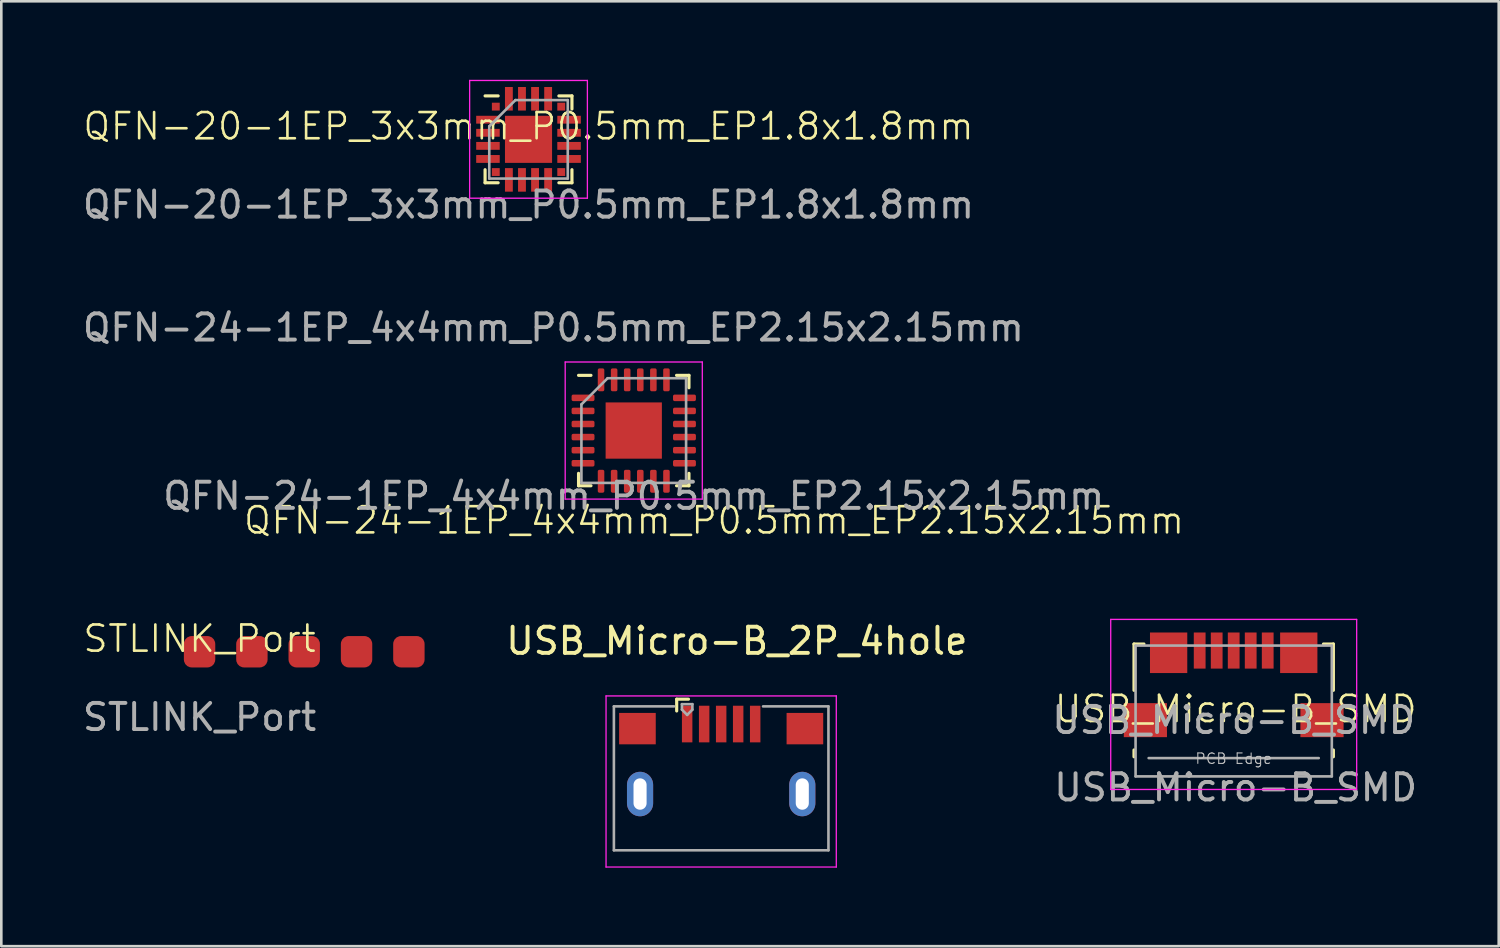
<source format=kicad_pcb>
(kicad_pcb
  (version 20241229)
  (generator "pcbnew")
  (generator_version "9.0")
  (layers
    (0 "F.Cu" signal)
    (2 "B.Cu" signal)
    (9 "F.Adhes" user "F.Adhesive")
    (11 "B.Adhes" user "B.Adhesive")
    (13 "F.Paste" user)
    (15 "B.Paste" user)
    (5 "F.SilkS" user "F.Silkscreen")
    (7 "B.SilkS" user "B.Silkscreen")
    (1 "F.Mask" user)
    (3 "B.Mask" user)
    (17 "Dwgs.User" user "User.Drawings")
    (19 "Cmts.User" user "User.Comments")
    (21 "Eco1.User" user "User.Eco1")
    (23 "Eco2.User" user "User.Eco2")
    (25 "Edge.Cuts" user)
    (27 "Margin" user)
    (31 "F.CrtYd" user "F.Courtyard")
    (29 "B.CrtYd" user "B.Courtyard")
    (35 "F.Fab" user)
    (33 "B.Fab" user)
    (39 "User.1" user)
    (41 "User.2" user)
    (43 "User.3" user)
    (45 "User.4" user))
  (footprint "QFN-24-1EP_4x4mm_P0.5mm_EP2.15x2.15mm"
    (layer "F.Cu")
    (at 21.171 13.405)
    (property "Reference" "QFN-24-1EP_4x4mm_P0.5mm_EP2.15x2.15mm" (at 3.07 3.433 0) (unlocked yes) (layer "F.SilkS") (effects (font (size 1 1) (thickness 0.1))))
    (attr smd)
    (fp_line (start -2.11 2.11) (end -2.11 1.635) (stroke (width 0.12) (type solid)) (layer "F.SilkS"))
    (fp_line (start -1.635 -2.11) (end -2.11 -2.11) (stroke (width 0.12) (type solid)) (layer "F.SilkS"))
    (fp_line (start -1.635 2.11) (end -2.11 2.11) (stroke (width 0.12) (type solid)) (layer "F.SilkS"))
    (fp_line (start 1.635 -2.11) (end 2.11 -2.11) (stroke (width 0.12) (type solid)) (layer "F.SilkS"))
    (fp_line (start 1.635 2.11) (end 2.11 2.11) (stroke (width 0.12) (type solid)) (layer "F.SilkS"))
    (fp_line (start 2.11 -2.11) (end 2.11 -1.635) (stroke (width 0.12) (type solid)) (layer "F.SilkS"))
    (fp_line (start 2.11 2.11) (end 2.11 1.635) (stroke (width 0.12) (type solid)) (layer "F.SilkS"))
    (fp_line (start -2.62 -2.62) (end -2.62 2.62) (stroke (width 0.05) (type solid)) (layer "F.CrtYd"))
    (fp_line (start -2.62 2.62) (end 2.62 2.62) (stroke (width 0.05) (type solid)) (layer "F.CrtYd"))
    (fp_line (start 2.62 -2.62) (end -2.62 -2.62) (stroke (width 0.05) (type solid)) (layer "F.CrtYd"))
    (fp_line (start 2.62 2.62) (end 2.62 -2.62) (stroke (width 0.05) (type solid)) (layer "F.CrtYd"))
    (fp_line (start -2 -1) (end -1 -2) (stroke (width 0.1) (type solid)) (layer "F.Fab"))
    (fp_line (start -2 2) (end -2 -1) (stroke (width 0.1) (type solid)) (layer "F.Fab"))
    (fp_line (start -1 -2) (end 2 -2) (stroke (width 0.1) (type solid)) (layer "F.Fab"))
    (fp_line (start 2 -2) (end 2 2) (stroke (width 0.1) (type solid)) (layer "F.Fab"))
    (fp_line (start 2 2) (end -2 2) (stroke (width 0.1) (type solid)) (layer "F.Fab"))
    (fp_text user "${REFERENCE}" (at -3.07 -3.933 0) (layer "F.Fab") (effects (font (size 1 1) (thickness 0.15))))
    (fp_text user "${REFERENCE}" (at 0 2.5 0) (unlocked yes) (layer "F.Fab") (effects (font (size 1 1) (thickness 0.15))))
    (pad "" smd roundrect (at -0.54 -0.54) (size 0.87 0.87) (layers "F.Paste") (roundrect_rratio 0.25))
    (pad "" smd roundrect (at -0.54 0.54) (size 0.87 0.87) (layers "F.Paste") (roundrect_rratio 0.25))
    (pad "" smd roundrect (at 0.54 -0.54) (size 0.87 0.87) (layers "F.Paste") (roundrect_rratio 0.25))
    (pad "" smd roundrect (at 0.54 0.54) (size 0.87 0.87) (layers "F.Paste") (roundrect_rratio 0.25))
    (pad "1" smd roundrect (at -1.938 -1.25) (size 0.875 0.25) (layers "F.Cu" "F.Mask" "F.Paste") (roundrect_rratio 0.25))
    (pad "2" smd roundrect (at -1.938 -0.75) (size 0.875 0.25) (layers "F.Cu" "F.Mask" "F.Paste") (roundrect_rratio 0.25))
    (pad "3" smd roundrect (at -1.938 -0.25) (size 0.875 0.25) (layers "F.Cu" "F.Mask" "F.Paste") (roundrect_rratio 0.25))
    (pad "4" smd roundrect (at -1.938 0.25) (size 0.875 0.25) (layers "F.Cu" "F.Mask" "F.Paste") (roundrect_rratio 0.25))
    (pad "5" smd roundrect (at -1.938 0.75) (size 0.875 0.25) (layers "F.Cu" "F.Mask" "F.Paste") (roundrect_rratio 0.25))
    (pad "6" smd roundrect (at -1.938 1.25) (size 0.875 0.25) (layers "F.Cu" "F.Mask" "F.Paste") (roundrect_rratio 0.25))
    (pad "7" smd roundrect (at -1.25 1.938) (size 0.25 0.875) (layers "F.Cu" "F.Mask" "F.Paste") (roundrect_rratio 0.25))
    (pad "8" smd roundrect (at -0.75 1.938) (size 0.25 0.875) (layers "F.Cu" "F.Mask" "F.Paste") (roundrect_rratio 0.25))
    (pad "9" smd roundrect (at -0.25 1.938) (size 0.25 0.875) (layers "F.Cu" "F.Mask" "F.Paste") (roundrect_rratio 0.25))
    (pad "10" smd roundrect (at 0.25 1.938) (size 0.25 0.875) (layers "F.Cu" "F.Mask" "F.Paste") (roundrect_rratio 0.25))
    (pad "11" smd roundrect (at 0.75 1.938) (size 0.25 0.875) (layers "F.Cu" "F.Mask" "F.Paste") (roundrect_rratio 0.25))
    (pad "12" smd roundrect (at 1.25 1.938) (size 0.25 0.875) (layers "F.Cu" "F.Mask" "F.Paste") (roundrect_rratio 0.25))
    (pad "13" smd roundrect (at 1.938 1.25) (size 0.875 0.25) (layers "F.Cu" "F.Mask" "F.Paste") (roundrect_rratio 0.25))
    (pad "14" smd roundrect (at 1.938 0.75) (size 0.875 0.25) (layers "F.Cu" "F.Mask" "F.Paste") (roundrect_rratio 0.25))
    (pad "15" smd roundrect (at 1.938 0.25) (size 0.875 0.25) (layers "F.Cu" "F.Mask" "F.Paste") (roundrect_rratio 0.25))
    (pad "16" smd roundrect (at 1.938 -0.25) (size 0.875 0.25) (layers "F.Cu" "F.Mask" "F.Paste") (roundrect_rratio 0.25))
    (pad "17" smd roundrect (at 1.938 -0.75) (size 0.875 0.25) (layers "F.Cu" "F.Mask" "F.Paste") (roundrect_rratio 0.25))
    (pad "18" smd roundrect (at 1.938 -1.25) (size 0.875 0.25) (layers "F.Cu" "F.Mask" "F.Paste") (roundrect_rratio 0.25))
    (pad "19" smd roundrect (at 1.25 -1.938) (size 0.25 0.875) (layers "F.Cu" "F.Mask" "F.Paste") (roundrect_rratio 0.25))
    (pad "20" smd roundrect (at 0.75 -1.938) (size 0.25 0.875) (layers "F.Cu" "F.Mask" "F.Paste") (roundrect_rratio 0.25))
    (pad "21" smd roundrect (at 0.25 -1.938) (size 0.25 0.875) (layers "F.Cu" "F.Mask" "F.Paste") (roundrect_rratio 0.25))
    (pad "22" smd roundrect (at -0.25 -1.938) (size 0.25 0.875) (layers "F.Cu" "F.Mask" "F.Paste") (roundrect_rratio 0.25))
    (pad "23" smd roundrect (at -0.75 -1.938) (size 0.25 0.875) (layers "F.Cu" "F.Mask" "F.Paste") (roundrect_rratio 0.25))
    (pad "24" smd roundrect (at -1.25 -1.938) (size 0.25 0.875) (layers "F.Cu" "F.Mask" "F.Paste") (roundrect_rratio 0.25))
    (pad "25" smd rect (at 0 0) (size 2.15 2.15) (layers "F.Cu" "F.Mask")))
  (footprint "QFN-20-1EP_3x3mm_P0.5mm_EP1.8x1.8mm"
    (layer "F.Cu")
    (at 17.149 2.275)
    (property "Reference" "QFN-20-1EP_3x3mm_P0.5mm_EP1.8x1.8mm" (at 0 -0.5 0) (unlocked yes) (layer "F.SilkS") (effects (font (size 1 1) (thickness 0.1))))
    (attr smd)
    (fp_line (start -1.66 -1.66) (end -1.16 -1.66) (stroke (width 0.12) (type solid)) (layer "F.SilkS"))
    (fp_line (start -1.66 1.66) (end -1.66 1.16) (stroke (width 0.12) (type solid)) (layer "F.SilkS"))
    (fp_line (start -1.16 1.66) (end -1.66 1.66) (stroke (width 0.12) (type solid)) (layer "F.SilkS"))
    (fp_line (start 1.16 -1.66) (end 1.66 -1.66) (stroke (width 0.12) (type solid)) (layer "F.SilkS"))
    (fp_line (start 1.16 1.66) (end 1.66 1.66) (stroke (width 0.12) (type solid)) (layer "F.SilkS"))
    (fp_line (start 1.66 -1.66) (end 1.66 -1.16) (stroke (width 0.12) (type solid)) (layer "F.SilkS"))
    (fp_line (start 1.66 1.66) (end 1.66 1.16) (stroke (width 0.12) (type solid)) (layer "F.SilkS"))
    (fp_line (start -2.25 -2.25) (end -2.25 2.25) (stroke (width 0.05) (type solid)) (layer "F.CrtYd"))
    (fp_line (start -2.25 2.25) (end 2.25 2.25) (stroke (width 0.05) (type solid)) (layer "F.CrtYd"))
    (fp_line (start 2.25 -2.25) (end -2.25 -2.25) (stroke (width 0.05) (type solid)) (layer "F.CrtYd"))
    (fp_line (start 2.25 2.25) (end 2.25 -2.25) (stroke (width 0.05) (type solid)) (layer "F.CrtYd"))
    (fp_line (start -1.5 -0.5) (end -0.5 -1.5) (stroke (width 0.1) (type solid)) (layer "F.Fab"))
    (fp_line (start -1.5 1.5) (end -1.5 -0.5) (stroke (width 0.1) (type solid)) (layer "F.Fab"))
    (fp_line (start -0.5 -1.5) (end 1.5 -1.5) (stroke (width 0.1) (type solid)) (layer "F.Fab"))
    (fp_line (start 1.5 -1.5) (end 1.5 1.5) (stroke (width 0.1) (type solid)) (layer "F.Fab"))
    (fp_line (start 1.5 1.5) (end -1.5 1.5) (stroke (width 0.1) (type solid)) (layer "F.Fab"))
    (fp_text user "${REFERENCE}" (at 0 2.5 0) (unlocked yes) (layer "F.Fab") (effects (font (size 1 1) (thickness 0.15))))
    (pad "" smd rect (at -0.45 -0.45) (size 0.54 0.54) (layers "F.Paste"))
    (pad "" smd rect (at -0.45 0.45) (size 0.54 0.54) (layers "F.Paste"))
    (pad "" smd rect (at 0.45 -0.45) (size 0.54 0.54) (layers "F.Paste"))
    (pad "" smd rect (at 0.45 0.45) (size 0.54 0.54) (layers "F.Paste"))
    (pad "1" smd rect (at -1.25 -1.25) (size 0.3 0.3) (layers "F.Cu" "F.Mask" "F.Paste"))
    (pad "2" smd rect (at -1.55 -0.75) (size 0.9 0.3) (layers "F.Cu" "F.Mask" "F.Paste"))
    (pad "3" smd rect (at -1.55 -0.25) (size 0.9 0.3) (layers "F.Cu" "F.Mask" "F.Paste"))
    (pad "4" smd rect (at -1.55 0.25) (size 0.9 0.3) (layers "F.Cu" "F.Mask" "F.Paste"))
    (pad "5" smd rect (at -1.55 0.75) (size 0.9 0.3) (layers "F.Cu" "F.Mask" "F.Paste"))
    (pad "6" smd rect (at -1.25 1.25) (size 0.3 0.3) (layers "F.Cu" "F.Mask" "F.Paste"))
    (pad "7" smd rect (at -0.75 1.55 90) (size 0.9 0.3) (layers "F.Cu" "F.Mask" "F.Paste"))
    (pad "8" smd rect (at -0.25 1.55 90) (size 0.9 0.3) (layers "F.Cu" "F.Mask" "F.Paste"))
    (pad "9" smd rect (at 0.25 1.55 90) (size 0.9 0.3) (layers "F.Cu" "F.Mask" "F.Paste"))
    (pad "10" smd rect (at 0.75 1.55 90) (size 0.9 0.3) (layers "F.Cu" "F.Mask" "F.Paste"))
    (pad "11" smd rect (at 1.25 1.25) (size 0.3 0.3) (layers "F.Cu" "F.Mask" "F.Paste"))
    (pad "12" smd rect (at 1.55 0.75) (size 0.9 0.3) (layers "F.Cu" "F.Mask" "F.Paste"))
    (pad "13" smd rect (at 1.55 0.25) (size 0.9 0.3) (layers "F.Cu" "F.Mask" "F.Paste"))
    (pad "14" smd rect (at 1.55 -0.25) (size 0.9 0.3) (layers "F.Cu" "F.Mask" "F.Paste"))
    (pad "15" smd rect (at 1.55 -0.75) (size 0.9 0.3) (layers "F.Cu" "F.Mask" "F.Paste"))
    (pad "16" smd rect (at 1.25 -1.25) (size 0.3 0.3) (layers "F.Cu" "F.Mask" "F.Paste"))
    (pad "17" smd rect (at 0.75 -1.55 90) (size 0.9 0.3) (layers "F.Cu" "F.Mask" "F.Paste"))
    (pad "18" smd rect (at 0.25 -1.55 90) (size 0.9 0.3) (layers "F.Cu" "F.Mask" "F.Paste"))
    (pad "19" smd rect (at -0.25 -1.55 90) (size 0.9 0.3) (layers "F.Cu" "F.Mask" "F.Paste"))
    (pad "20" smd rect (at -0.75 -1.55 90) (size 0.9 0.3) (layers "F.Cu" "F.Mask" "F.Paste"))
    (pad "21" smd rect (at 0 0) (size 1.8 1.8) (layers "F.Cu" "F.Mask")))
  (footprint "USB_Micro-B_2P_4hole"
    (layer "F.Cu")
    (at 24.512 29.447)
    (property "Reference" "USB_Micro-B_2P_4hole" (at 0.6 -8 0) (layer "F.SilkS") (effects (font (size 1 1) (thickness 0.15))))
    (attr smd)
    (fp_line (start -1.7 -5.775) (end -1.7 -5.325) (stroke (width 0.12) (type solid)) (layer "F.SilkS"))
    (fp_line (start -1.7 -5.775) (end -1.25 -5.775) (stroke (width 0.12) (type solid)) (layer "F.SilkS"))
    (fp_line (start -4.4 -5.9) (end 4.4 -5.9) (stroke (width 0.05) (type solid)) (layer "F.CrtYd"))
    (fp_line (start -4.4 0.64) (end -4.4 -5.9) (stroke (width 0.05) (type solid)) (layer "F.CrtYd"))
    (fp_line (start -4.4 0.64) (end 4.4 0.64) (stroke (width 0.05) (type solid)) (layer "F.CrtYd"))
    (fp_line (start 4.4 -5.9) (end 4.4 0.64) (stroke (width 0.05) (type solid)) (layer "F.CrtYd"))
    (fp_line (start -4.1 -5.5) (end -1.8 -5.5) (stroke (width 0.1) (type solid)) (layer "F.Fab"))
    (fp_line (start -4.1 0) (end -4.1 -5.5) (stroke (width 0.1) (type solid)) (layer "F.Fab"))
    (fp_line (start -4.1 0) (end 4.1 0) (stroke (width 0.1) (type solid)) (layer "F.Fab"))
    (fp_line (start -1.5 -5.585) (end -1.5 -5.375) (stroke (width 0.1) (type solid)) (layer "F.Fab"))
    (fp_line (start -1.5 -5.585) (end -1.1 -5.585) (stroke (width 0.1) (type solid)) (layer "F.Fab"))
    (fp_line (start -1.3 -5.175) (end -1.5 -5.375) (stroke (width 0.1) (type solid)) (layer "F.Fab"))
    (fp_line (start -1.1 -5.585) (end -1.1 -5.375) (stroke (width 0.1) (type solid)) (layer "F.Fab"))
    (fp_line (start -1.1 -5.375) (end -1.3 -5.175) (stroke (width 0.1) (type solid)) (layer "F.Fab"))
    (fp_line (start 1.6 -5.5) (end 4.1 -5.5) (stroke (width 0.1) (type solid)) (layer "F.Fab"))
    (fp_line (start 4.1 0) (end 4.1 -5.5) (stroke (width 0.1) (type solid)) (layer "F.Fab"))
    (pad "1" smd rect (at -1.3 -4.825) (size 0.4 1.4) (layers "F.Cu" "F.Mask" "F.Paste"))
    (pad "2" smd rect (at -0.65 -4.825) (size 0.4 1.4) (layers "F.Cu" "F.Mask" "F.Paste"))
    (pad "3" smd rect (at 0 -4.825) (size 0.4 1.4) (layers "F.Cu" "F.Mask" "F.Paste"))
    (pad "4" smd rect (at 0.65 -4.825) (size 0.4 1.4) (layers "F.Cu" "F.Mask" "F.Paste"))
    (pad "5" smd rect (at 1.3 -4.825) (size 0.4 1.4) (layers "F.Cu" "F.Mask" "F.Paste"))
    (pad "6" smd rect (at -3.2 -4.65) (size 1.4 1.2) (layers "F.Cu" "F.Mask"))
    (pad "6" thru_hole oval (at -3.1 -2.15 180) (size 1 1.7) (drill oval 0.5 1.2) (layers "*.Cu" "*.Mask"))
    (pad "6" thru_hole oval (at 3.1 -2.15 180) (size 1 1.7) (drill oval 0.5 1.2) (layers "*.Cu" "*.Mask"))
    (pad "6" smd rect (at 3.2 -4.65) (size 1.4 1.2) (layers "F.Cu" "F.Mask")))
  (footprint "USB_Micro-B_SMD"
    (layer "F.Cu")
    (at 44.1 24.498)
    (property "Reference" "USB_Micro-B_SMD" (at 0.075 -0.45 0) (unlocked yes) (layer "F.SilkS") (effects (font (size 1 1) (thickness 0.1))))
    (attr smd)
    (fp_line (start -3.81 -2.935) (end -3.43 -2.935) (stroke (width 0.12) (type solid)) (layer "F.SilkS"))
    (fp_line (start -3.81 -1.165) (end -3.81 -2.935) (stroke (width 0.12) (type solid)) (layer "F.SilkS"))
    (fp_line (start -3.81 1.375) (end -3.81 1.115) (stroke (width 0.12) (type solid)) (layer "F.SilkS"))
    (fp_line (start 3.81 -2.935) (end 3.43 -2.935) (stroke (width 0.12) (type solid)) (layer "F.SilkS"))
    (fp_line (start 3.81 -2.935) (end 3.81 -1.165) (stroke (width 0.12) (type solid)) (layer "F.SilkS"))
    (fp_line (start 3.81 1.115) (end 3.81 1.375) (stroke (width 0.12) (type solid)) (layer "F.SilkS"))
    (fp_line (start -4.7 -3.875) (end 4.7 -3.875) (stroke (width 0.05) (type solid)) (layer "F.CrtYd"))
    (fp_line (start -4.7 2.625) (end -4.7 -3.875) (stroke (width 0.05) (type solid)) (layer "F.CrtYd"))
    (fp_line (start 4.7 -3.875) (end 4.7 2.625) (stroke (width 0.05) (type solid)) (layer "F.CrtYd"))
    (fp_line (start 4.7 2.625) (end -4.7 2.625) (stroke (width 0.05) (type solid)) (layer "F.CrtYd"))
    (fp_line (start -3.75 -2.875) (end 3.75 -2.875) (stroke (width 0.1) (type solid)) (layer "F.Fab"))
    (fp_line (start -3.75 2.125) (end -3.75 -2.875) (stroke (width 0.1) (type solid)) (layer "F.Fab"))
    (fp_line (start -3.25 1.425) (end 3.25 1.425) (stroke (width 0.1) (type solid)) (layer "F.Fab"))
    (fp_line (start 3.75 -2.875) (end 3.75 2.125) (stroke (width 0.1) (type solid)) (layer "F.Fab"))
    (fp_line (start 3.75 2.125) (end -3.75 2.125) (stroke (width 0.1) (type solid)) (layer "F.Fab"))
    (fp_text user "PCB Edge" (at 0 1.445 180) (layer "Dwgs.User") (effects (font (size 0.4 0.4) (thickness 0.04))))
    (fp_text user "${REFERENCE}" (at 0 -0.025 0) (layer "F.Fab") (effects (font (size 1 1) (thickness 0.15))))
    (fp_text user "${REFERENCE}" (at 0.075 2.55 0) (unlocked yes) (layer "F.Fab") (effects (font (size 1 1) (thickness 0.15))))
    (pad "1" smd rect (at -1.3 -2.685) (size 0.45 1.38) (layers "F.Cu" "F.Mask" "F.Paste"))
    (pad "2" smd rect (at -0.65 -2.685) (size 0.45 1.38) (layers "F.Cu" "F.Mask" "F.Paste"))
    (pad "3" smd rect (at 0 -2.685) (size 0.45 1.38) (layers "F.Cu" "F.Mask" "F.Paste"))
    (pad "4" smd rect (at 0.65 -2.685) (size 0.45 1.38) (layers "F.Cu" "F.Mask" "F.Paste"))
    (pad "5" smd rect (at 1.3 -2.685) (size 0.45 1.38) (layers "F.Cu" "F.Mask" "F.Paste"))
    (pad "6" smd rect (at -3.375 -0.025) (size 1.65 1.3) (layers "F.Cu" "F.Mask" "F.Paste"))
    (pad "6" smd rect (at -2.487 -2.6) (size 1.425 1.55) (layers "F.Cu" "F.Mask" "F.Paste"))
    (pad "6" smd rect (at 2.487 -2.6) (size 1.425 1.55) (layers "F.Cu" "F.Mask" "F.Paste"))
    (pad "6" smd rect (at 3.375 -0.025) (size 1.65 1.3) (layers "F.Cu" "F.Mask" "F.Paste")))
  (footprint "STLINK_Port"
    (layer "F.Cu")
    (at 4.577 21.859)
    (property "Reference" "STLINK_Port" (at 0 -0.5 0) (unlocked yes) (layer "F.SilkS") (effects (font (size 1 1) (thickness 0.1))))
    (attr through_hole)
    (fp_text user "${REFERENCE}" (at 0 2.5 0) (unlocked yes) (layer "F.Fab") (effects (font (size 1 1) (thickness 0.15))))
    (pad "1" smd roundrect (at 0 0 90) (size 1.2 1.2) (layers "F.Cu" "F.Mask" "F.Paste") (roundrect_rratio 0.25))
    (pad "2" smd roundrect (at 2 0 90) (size 1.2 1.2) (layers "F.Cu" "F.Mask" "F.Paste") (roundrect_rratio 0.25))
    (pad "3" smd roundrect (at 4 0 90) (size 1.2 1.2) (layers "F.Cu" "F.Mask" "F.Paste") (roundrect_rratio 0.25))
    (pad "4" smd roundrect (at 6 0 90) (size 1.2 1.2) (layers "F.Cu" "F.Mask" "F.Paste") (roundrect_rratio 0.25))
    (pad "5" smd roundrect (at 8 0 90) (size 1.2 1.2) (layers "F.Cu" "F.Mask" "F.Paste") (roundrect_rratio 0.25)))
  (gr_rect
    (start -3 -3)
    (end 54.229 33.112)
    (stroke (width 0.1) (type default))
    (fill no)
    (layer "Edge.Cuts")))
</source>
